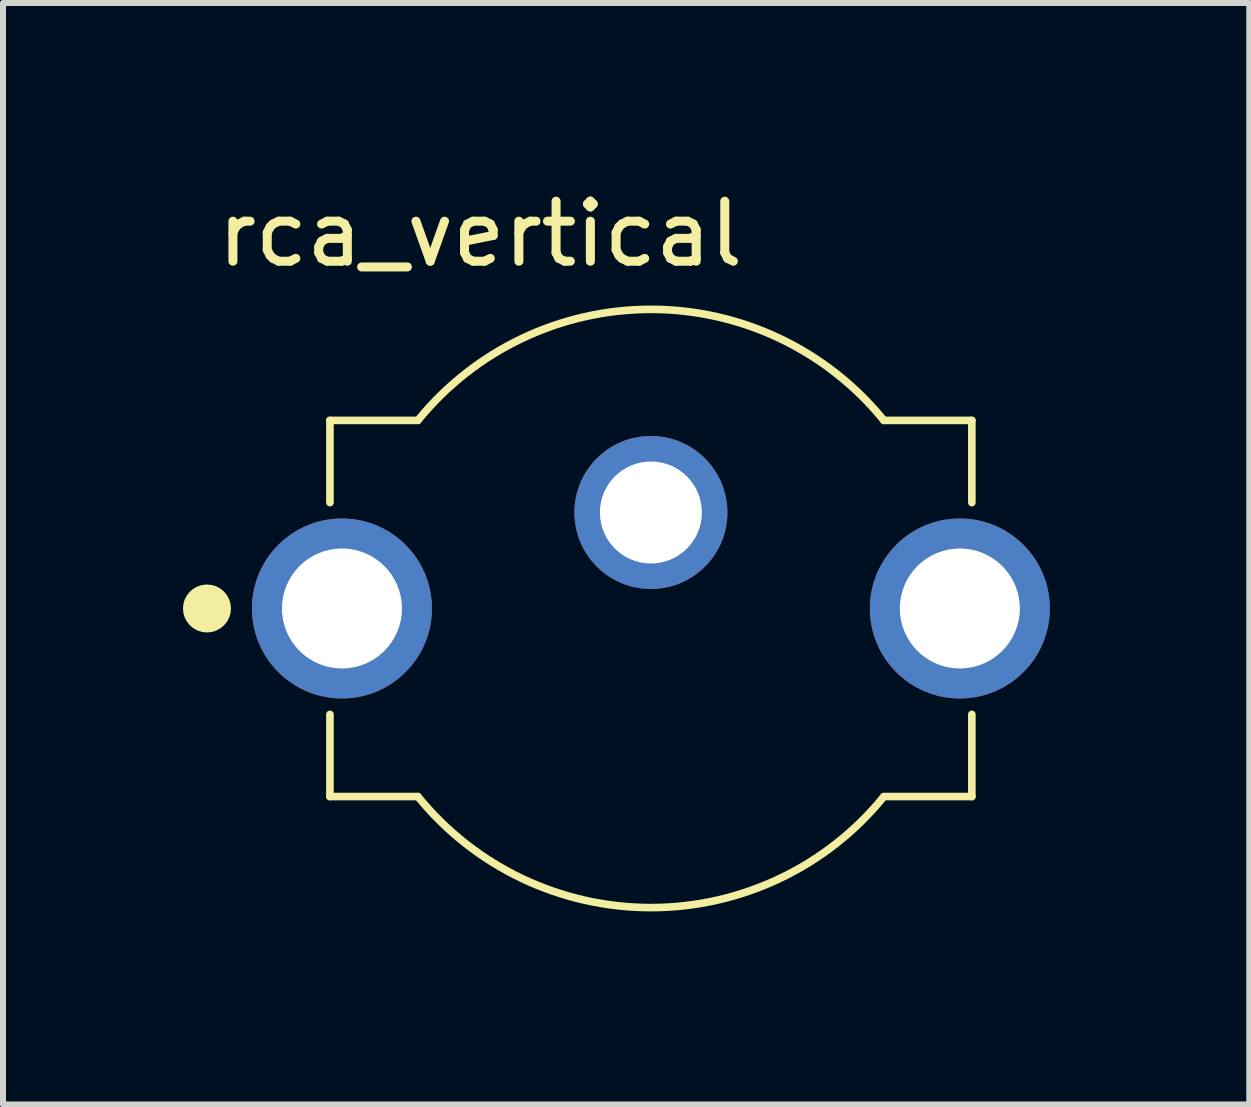
<source format=kicad_pcb>
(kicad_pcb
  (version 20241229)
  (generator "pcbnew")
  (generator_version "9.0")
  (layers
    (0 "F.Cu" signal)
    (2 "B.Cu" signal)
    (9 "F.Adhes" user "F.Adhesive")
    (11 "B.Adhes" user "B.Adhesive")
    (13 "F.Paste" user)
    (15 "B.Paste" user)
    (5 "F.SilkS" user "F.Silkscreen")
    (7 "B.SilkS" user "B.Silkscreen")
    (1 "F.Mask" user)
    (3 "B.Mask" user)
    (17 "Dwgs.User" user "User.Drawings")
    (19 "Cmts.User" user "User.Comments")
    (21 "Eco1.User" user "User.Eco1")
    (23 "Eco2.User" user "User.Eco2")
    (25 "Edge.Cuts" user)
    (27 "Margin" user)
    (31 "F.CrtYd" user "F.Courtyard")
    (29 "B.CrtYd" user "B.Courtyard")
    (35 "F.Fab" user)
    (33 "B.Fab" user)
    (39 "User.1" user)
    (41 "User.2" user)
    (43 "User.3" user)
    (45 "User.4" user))
  (footprint "rca_vertical"
    (layer "F.Cu")
    (at 7.8 7.093)
    (property "Reference" "rca_vertical" (at -2.844 -6.244 0) (layer "F.SilkS") (effects (font (size 1.001 1.001) (thickness 0.15))))
    (attr through_hole)
    (fp_line (start -5.35 -3.135) (end -5.35 -1.765) (stroke (width 0.127) (type solid)) (layer "F.SilkS"))
    (fp_line (start -5.35 1.765) (end -5.35 3.135) (stroke (width 0.127) (type solid)) (layer "F.SilkS"))
    (fp_line (start -3.884 -3.135) (end -5.35 -3.135) (stroke (width 0.127) (type solid)) (layer "F.SilkS"))
    (fp_line (start -3.884 3.135) (end -5.35 3.135) (stroke (width 0.127) (type solid)) (layer "F.SilkS"))
    (fp_line (start 5.35 -3.135) (end 3.884 -3.135) (stroke (width 0.127) (type solid)) (layer "F.SilkS"))
    (fp_line (start 5.35 -3.135) (end 5.35 -1.765) (stroke (width 0.127) (type solid)) (layer "F.SilkS"))
    (fp_line (start 5.35 1.765) (end 5.35 3.135) (stroke (width 0.127) (type solid)) (layer "F.SilkS"))
    (fp_line (start 5.35 3.135) (end 3.884 3.135) (stroke (width 0.127) (type solid)) (layer "F.SilkS"))
    (fp_arc (start -3.882076 -3.137372) (mid 0.001527 -4.986221) (end 3.884 -3.135) (stroke (width 0.127) (type solid)) (layer "F.SilkS"))
    (fp_arc (start 3.882076 3.137372) (mid -0.001527 4.986221) (end -3.884 3.135) (stroke (width 0.127) (type solid)) (layer "F.SilkS"))
    (fp_circle (center -7.4 0) (end -7.2 0) (stroke (width 0.4) (type solid)) (fill no) (layer "F.SilkS"))
    (fp_line (start -6.9 -1.7) (end -6.9 1.75) (stroke (width 0.05) (type solid)) (layer "Eco1.User"))
    (fp_line (start -6.9 1.75) (end -5.6 1.75) (stroke (width 0.05) (type solid)) (layer "Eco1.User"))
    (fp_line (start -5.6 -3.385) (end -5.605 -3.385) (stroke (width 0.05) (type solid)) (layer "Eco1.User"))
    (fp_line (start -5.6 -3.385) (end -5.6 -1.7) (stroke (width 0.05) (type solid)) (layer "Eco1.User"))
    (fp_line (start -5.6 -1.7) (end -6.9 -1.7) (stroke (width 0.05) (type solid)) (layer "Eco1.User"))
    (fp_line (start -5.6 1.75) (end -5.6 3.385) (stroke (width 0.05) (type solid)) (layer "Eco1.User"))
    (fp_line (start -3.903 -3.385) (end -5.6 -3.385) (stroke (width 0.05) (type solid)) (layer "Eco1.User"))
    (fp_line (start -3.901 3.385) (end -5.6 3.385) (stroke (width 0.05) (type solid)) (layer "Eco1.User"))
    (fp_line (start 5.6 -3.385) (end 3.895 -3.385) (stroke (width 0.05) (type solid)) (layer "Eco1.User"))
    (fp_line (start 5.6 -1.75) (end 5.6 -3.385) (stroke (width 0.05) (type solid)) (layer "Eco1.User"))
    (fp_line (start 5.6 -1.75) (end 6.95 -1.75) (stroke (width 0.05) (type solid)) (layer "Eco1.User"))
    (fp_line (start 5.6 3.385) (end 3.904 3.385) (stroke (width 0.05) (type solid)) (layer "Eco1.User"))
    (fp_line (start 5.6 3.385) (end 5.6 1.7) (stroke (width 0.05) (type solid)) (layer "Eco1.User"))
    (fp_line (start 6.95 -1.75) (end 6.95 1.7) (stroke (width 0.05) (type solid)) (layer "Eco1.User"))
    (fp_line (start 6.95 1.7) (end 5.6 1.7) (stroke (width 0.05) (type solid)) (layer "Eco1.User"))
    (fp_arc (start -3.901069 -3.387381) (mid -0.002467 -5.24337) (end 3.895 -3.385) (stroke (width 0.05) (type solid)) (layer "Eco1.User"))
    (fp_arc (start 3.895069 3.387381) (mid -0.003533 5.24337) (end -3.901 3.385) (stroke (width 0.05) (type solid)) (layer "Eco1.User"))
    (fp_line (start -5.35 -3.135) (end -5.35 3.135) (stroke (width 0.127) (type solid)) (layer "Eco2.User"))
    (fp_line (start -3.884 -3.135) (end -5.35 -3.135) (stroke (width 0.127) (type solid)) (layer "Eco2.User"))
    (fp_line (start -3.884 3.135) (end -5.35 3.135) (stroke (width 0.127) (type solid)) (layer "Eco2.User"))
    (fp_line (start 5.35 -3.135) (end 3.884 -3.135) (stroke (width 0.127) (type solid)) (layer "Eco2.User"))
    (fp_line (start 5.35 3.135) (end 3.884 3.135) (stroke (width 0.127) (type solid)) (layer "Eco2.User"))
    (fp_line (start 5.35 3.135) (end 5.35 -3.135) (stroke (width 0.127) (type solid)) (layer "Eco2.User"))
    (fp_arc (start -3.882076 -3.137372) (mid 0.001527 -4.986221) (end 3.884 -3.135) (stroke (width 0.127) (type solid)) (layer "Eco2.User"))
    (fp_arc (start 3.882076 3.137372) (mid -0.001527 4.986221) (end -3.884 3.135) (stroke (width 0.127) (type solid)) (layer "Eco2.User"))
    (pad "1" thru_hole circle (at 0 -1.6) (size 2.55 2.55) (drill 1.7) (layers "*.Cu" "*.Mask"))
    (pad "2" thru_hole circle (at -5.15 0) (size 3 3) (drill 2) (layers "*.Cu" "*.Mask"))
    (pad "2" thru_hole circle (at 5.15 0) (size 3 3) (drill 2) (layers "*.Cu" "*.Mask")))
  (gr_rect
    (start -3 -3)
    (end 17.775 15.361)
    (stroke (width 0.1) (type default))
    (fill no)
    (layer "Edge.Cuts")))
</source>
